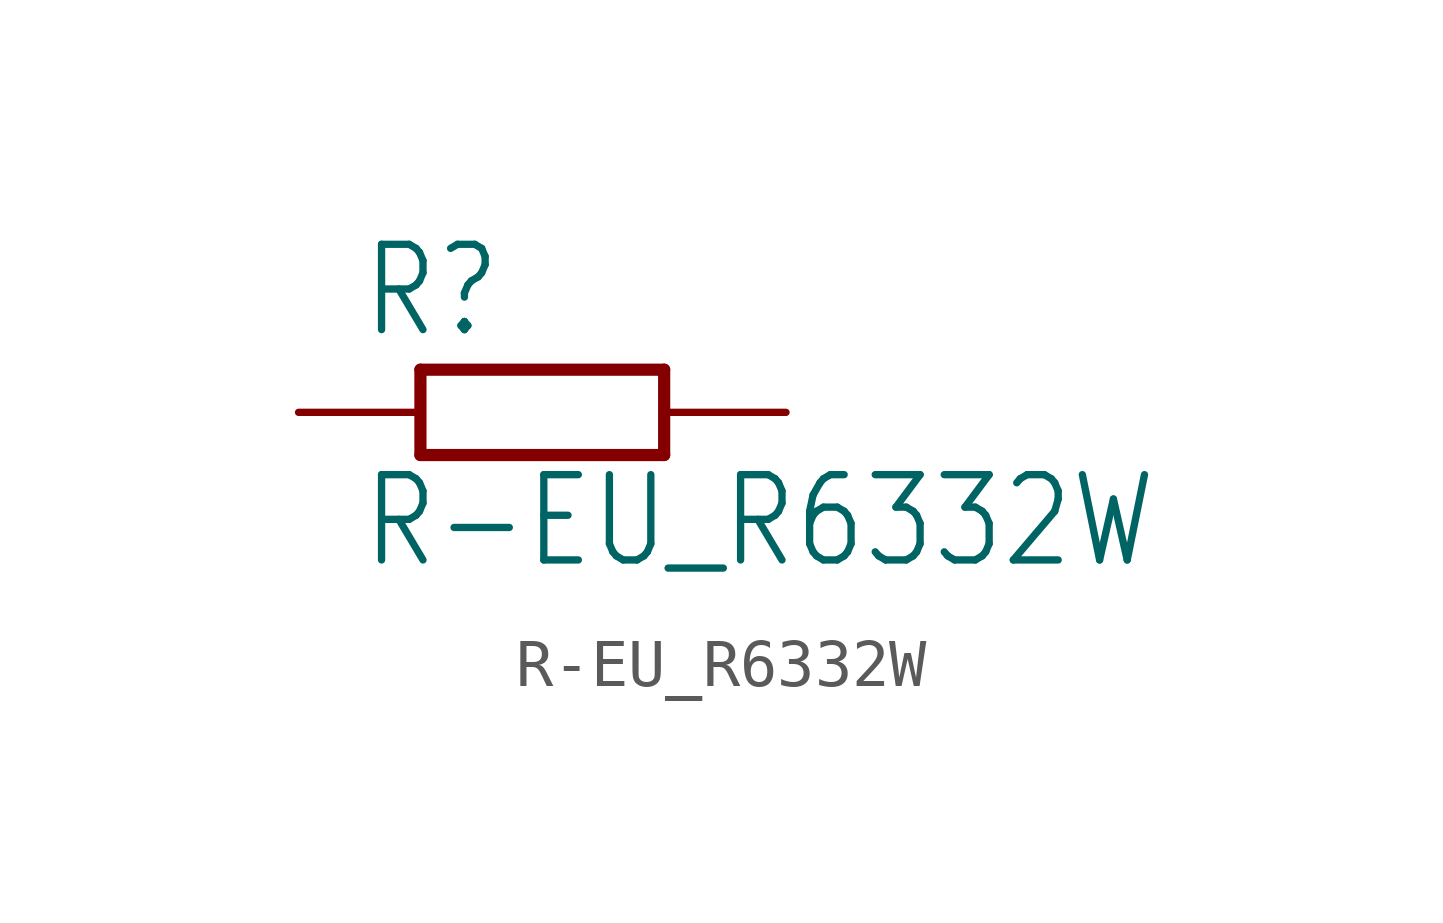
<source format=kicad_sym>
(kicad_symbol_lib
  (version 20210619)
  (generator kicad_symbol_editor)
  (symbol "R-EU_R6332W"
    (property "Reference" "R"
      (at -3.81 1.499 0)
      (effects (font (size 1.778 1.511)) (justify left bottom)))
    (property "Value" "R-EU_R6332W"
      (at -3.81 -3.302 0)
      (effects (font (size 1.778 1.511)) (justify left bottom)))
    (property "ki_locked" ""
      (at 0 0 0)
      (effects (font (size 1.27 1.27))))
    (symbol "R-EU_R6332W_1_0"
      (polyline (pts (xy -2.54 -0.889) (xy -2.54 0.889)) (stroke (width 0.254)) (fill (type none)))
      (polyline (pts (xy -2.54 -0.889) (xy 2.54 -0.889)) (stroke (width 0.254)) (fill (type none)))
      (polyline (pts (xy 2.54 -0.889) (xy 2.54 0.889)) (stroke (width 0.254)) (fill (type none)))
      (polyline (pts (xy 2.54 0.889) (xy -2.54 0.889)) (stroke (width 0.254)) (fill (type none)))
      (pin passive line (at -5.08 0 0) (length 2.54) (name "1" (effects (font (size 0 0)))) (number "1" (effects (font (size 0 0)))))
      (pin passive line (at 5.08 0 180) (length 2.54) (name "2" (effects (font (size 0 0)))) (number "2" (effects (font (size 0 0))))))))
</source>
